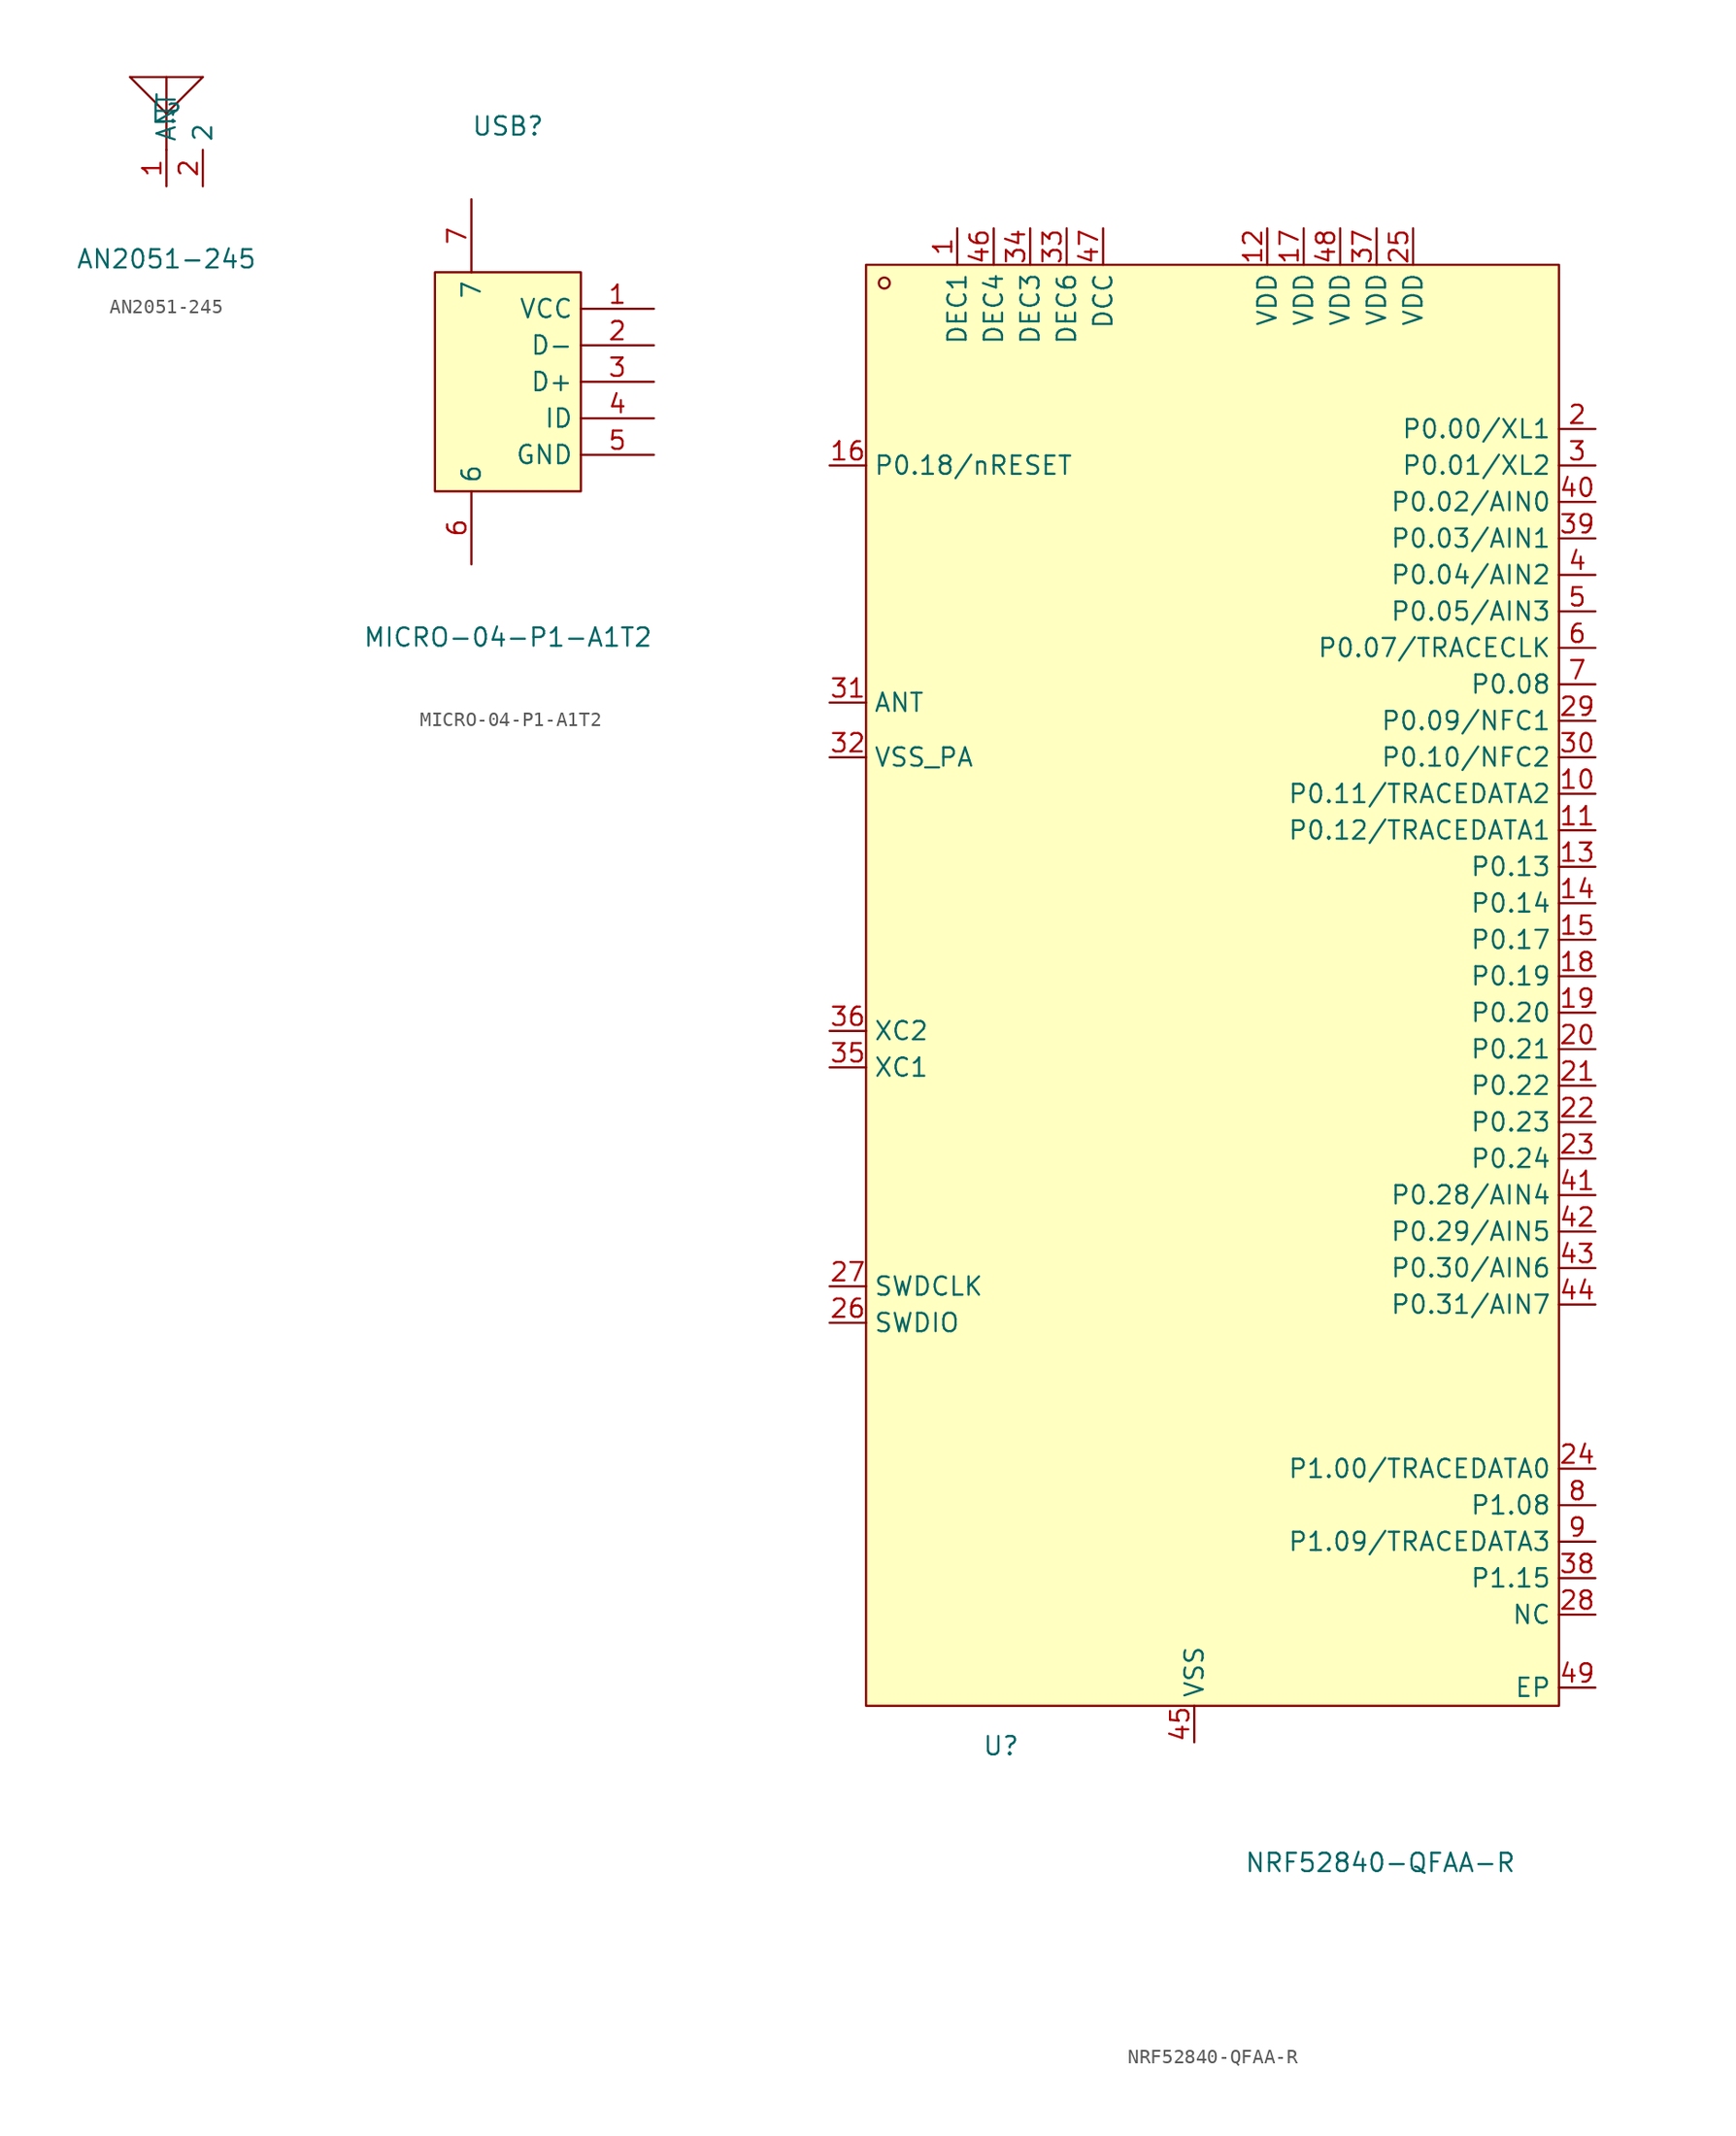
<source format=kicad_sym>
(kicad_symbol_lib
  (version 20231120)
  (generator "kicad_symbol_editor")
  (generator_version "8.0")
  (symbol "AN2051-245"
    (property "Reference" "L"
      (at 0 1.27 0)
      (effects (font (size 1.27 1.27))))
    (property "Value" "AN2051-245"
      (at 0 -8.89 0)
      (effects (font (size 1.27 1.27))))
    (symbol "AN2051-245_0_1"
      (polyline (pts (xy 0 1.27) (xy -2.54 3.81)) (stroke (width 0) (type default)) (fill (type none)))
      (polyline (pts (xy 0 1.27) (xy 0 -1.27)) (stroke (width 0) (type default)) (fill (type none)))
      (polyline (pts (xy 0 3.81) (xy 0 1.27)) (stroke (width 0) (type default)) (fill (type none)))
      (polyline (pts (xy 2.54 3.81) (xy -2.54 3.81)) (stroke (width 0) (type default)) (fill (type none)))
      (polyline (pts (xy 2.54 3.81) (xy 0 1.27)) (stroke (width 0) (type default)) (fill (type none)))
      (pin unspecified line (at 0 -3.81 90) (length 2.54) (name "ANT" (effects (font (size 1.27 1.27)))) (number "1" (effects (font (size 1.27 1.27)))))
      (pin unspecified line (at 2.54 -3.81 90) (length 2.54) (name "2" (effects (font (size 1.27 1.27)))) (number "2" (effects (font (size 1.27 1.27)))))))
  (symbol "MICRO-04-P1-A1T2"
    (property "Reference" "USB"
      (at 0 17.78 0)
      (effects (font (size 1.27 1.27))))
    (property "Value" "MICRO-04-P1-A1T2"
      (at 0 -17.78 0)
      (effects (font (size 1.27 1.27))))
    (symbol "MICRO-04-P1-A1T2_0_1"
      (rectangle (start -5.08 7.62) (end 5.08 -7.62) (stroke (width 0) (type default)) (fill (type background)))
      (pin input line (at 10.16 5.08 180) (length 5.08) (name "VCC" (effects (font (size 1.27 1.27)))) (number "1" (effects (font (size 1.27 1.27)))))
      (pin input line (at 10.16 2.54 180) (length 5.08) (name "D-" (effects (font (size 1.27 1.27)))) (number "2" (effects (font (size 1.27 1.27)))))
      (pin input line (at 10.16 0 180) (length 5.08) (name "D+" (effects (font (size 1.27 1.27)))) (number "3" (effects (font (size 1.27 1.27)))))
      (pin input line (at 10.16 -2.54 180) (length 5.08) (name "ID" (effects (font (size 1.27 1.27)))) (number "4" (effects (font (size 1.27 1.27)))))
      (pin input line (at 10.16 -5.08 180) (length 5.08) (name "GND" (effects (font (size 1.27 1.27)))) (number "5" (effects (font (size 1.27 1.27)))))
      (pin input line (at -2.54 -12.7 90) (length 5.08) (name "6" (effects (font (size 1.27 1.27)))) (number "6" (effects (font (size 1.27 1.27)))))
      (pin input line (at -2.54 12.7 270) (length 5.08) (name "7" (effects (font (size 1.27 1.27)))) (number "7" (effects (font (size 1.27 1.27)))))))
  (symbol "NRF52840-QFAA-R"
    (property "Reference" "U"
      (at -13.462 -58.674 0)
      (effects (font (size 1.27 1.27))))
    (property "Value" "NRF52840-QFAA-R"
      (at 12.954 -66.802 0)
      (effects (font (size 1.27 1.27))))
    (symbol "NRF52840-QFAA-R_0_1"
      (rectangle (start -22.86 44.45) (end 25.4 -55.88) (stroke (width 0) (type default)) (fill (type background)))
      (circle (center -21.59 43.18) (radius 0.38) (stroke (width 0) (type default)) (fill (type none)))
      (pin unspecified line (at -16.51 46.99 270) (length 2.54) (name "DEC1" (effects (font (size 1.27 1.27)))) (number "1" (effects (font (size 1.27 1.27)))))
      (pin unspecified line (at 27.94 7.62 180) (length 2.54) (name "P0.11/TRACEDATA2" (effects (font (size 1.27 1.27)))) (number "10" (effects (font (size 1.27 1.27)))))
      (pin unspecified line (at 27.94 5.08 180) (length 2.54) (name "P0.12/TRACEDATA1" (effects (font (size 1.27 1.27)))) (number "11" (effects (font (size 1.27 1.27)))))
      (pin unspecified line (at 5.08 46.99 270) (length 2.54) (name "VDD" (effects (font (size 1.27 1.27)))) (number "12" (effects (font (size 1.27 1.27)))))
      (pin unspecified line (at 27.94 2.54 180) (length 2.54) (name "P0.13" (effects (font (size 1.27 1.27)))) (number "13" (effects (font (size 1.27 1.27)))))
      (pin unspecified line (at 27.94 0 180) (length 2.54) (name "P0.14" (effects (font (size 1.27 1.27)))) (number "14" (effects (font (size 1.27 1.27)))))
      (pin unspecified line (at 27.94 -2.54 180) (length 2.54) (name "P0.17" (effects (font (size 1.27 1.27)))) (number "15" (effects (font (size 1.27 1.27)))))
      (pin unspecified line (at -25.4 30.48 0) (length 2.54) (name "P0.18/nRESET" (effects (font (size 1.27 1.27)))) (number "16" (effects (font (size 1.27 1.27)))))
      (pin unspecified line (at 7.62 46.99 270) (length 2.54) (name "VDD" (effects (font (size 1.27 1.27)))) (number "17" (effects (font (size 1.27 1.27)))))
      (pin unspecified line (at 27.94 -5.08 180) (length 2.54) (name "P0.19" (effects (font (size 1.27 1.27)))) (number "18" (effects (font (size 1.27 1.27)))))
      (pin unspecified line (at 27.94 -7.62 180) (length 2.54) (name "P0.20" (effects (font (size 1.27 1.27)))) (number "19" (effects (font (size 1.27 1.27)))))
      (pin unspecified line (at 27.94 33.02 180) (length 2.54) (name "P0.00/XL1" (effects (font (size 1.27 1.27)))) (number "2" (effects (font (size 1.27 1.27)))))
      (pin unspecified line (at 27.94 -10.16 180) (length 2.54) (name "P0.21" (effects (font (size 1.27 1.27)))) (number "20" (effects (font (size 1.27 1.27)))))
      (pin unspecified line (at 27.94 -12.7 180) (length 2.54) (name "P0.22" (effects (font (size 1.27 1.27)))) (number "21" (effects (font (size 1.27 1.27)))))
      (pin unspecified line (at 27.94 -15.24 180) (length 2.54) (name "P0.23" (effects (font (size 1.27 1.27)))) (number "22" (effects (font (size 1.27 1.27)))))
      (pin unspecified line (at 27.94 -17.78 180) (length 2.54) (name "P0.24" (effects (font (size 1.27 1.27)))) (number "23" (effects (font (size 1.27 1.27)))))
      (pin unspecified line (at 27.94 -39.37 180) (length 2.54) (name "P1.00/TRACEDATA0" (effects (font (size 1.27 1.27)))) (number "24" (effects (font (size 1.27 1.27)))))
      (pin unspecified line (at 15.24 46.99 270) (length 2.54) (name "VDD" (effects (font (size 1.27 1.27)))) (number "25" (effects (font (size 1.27 1.27)))))
      (pin unspecified line (at -25.4 -29.21 0) (length 2.54) (name "SWDIO" (effects (font (size 1.27 1.27)))) (number "26" (effects (font (size 1.27 1.27)))))
      (pin unspecified line (at -25.4 -26.67 0) (length 2.54) (name "SWDCLK" (effects (font (size 1.27 1.27)))) (number "27" (effects (font (size 1.27 1.27)))))
      (pin unspecified line (at 27.94 -49.53 180) (length 2.54) (name "NC" (effects (font (size 1.27 1.27)))) (number "28" (effects (font (size 1.27 1.27)))))
      (pin unspecified line (at 27.94 12.7 180) (length 2.54) (name "P0.09/NFC1" (effects (font (size 1.27 1.27)))) (number "29" (effects (font (size 1.27 1.27)))))
      (pin unspecified line (at 27.94 30.48 180) (length 2.54) (name "P0.01/XL2" (effects (font (size 1.27 1.27)))) (number "3" (effects (font (size 1.27 1.27)))))
      (pin unspecified line (at 27.94 10.16 180) (length 2.54) (name "P0.10/NFC2" (effects (font (size 1.27 1.27)))) (number "30" (effects (font (size 1.27 1.27)))))
      (pin unspecified line (at -25.4 13.97 0) (length 2.54) (name "ANT" (effects (font (size 1.27 1.27)))) (number "31" (effects (font (size 1.27 1.27)))))
      (pin unspecified line (at -25.4 10.16 0) (length 2.54) (name "VSS_PA" (effects (font (size 1.27 1.27)))) (number "32" (effects (font (size 1.27 1.27)))))
      (pin unspecified line (at -8.89 46.99 270) (length 2.54) (name "DEC6" (effects (font (size 1.27 1.27)))) (number "33" (effects (font (size 1.27 1.27)))))
      (pin unspecified line (at -11.43 46.99 270) (length 2.54) (name "DEC3" (effects (font (size 1.27 1.27)))) (number "34" (effects (font (size 1.27 1.27)))))
      (pin unspecified line (at -25.4 -11.43 0) (length 2.54) (name "XC1" (effects (font (size 1.27 1.27)))) (number "35" (effects (font (size 1.27 1.27)))))
      (pin unspecified line (at -25.4 -8.89 0) (length 2.54) (name "XC2" (effects (font (size 1.27 1.27)))) (number "36" (effects (font (size 1.27 1.27)))))
      (pin unspecified line (at 12.7 46.99 270) (length 2.54) (name "VDD" (effects (font (size 1.27 1.27)))) (number "37" (effects (font (size 1.27 1.27)))))
      (pin unspecified line (at 27.94 -46.99 180) (length 2.54) (name "P1.15" (effects (font (size 1.27 1.27)))) (number "38" (effects (font (size 1.27 1.27)))))
      (pin unspecified line (at 27.94 25.4 180) (length 2.54) (name "P0.03/AIN1" (effects (font (size 1.27 1.27)))) (number "39" (effects (font (size 1.27 1.27)))))
      (pin unspecified line (at 27.94 22.86 180) (length 2.54) (name "P0.04/AIN2" (effects (font (size 1.27 1.27)))) (number "4" (effects (font (size 1.27 1.27)))))
      (pin unspecified line (at 27.94 27.94 180) (length 2.54) (name "P0.02/AIN0" (effects (font (size 1.27 1.27)))) (number "40" (effects (font (size 1.27 1.27)))))
      (pin unspecified line (at 27.94 -20.32 180) (length 2.54) (name "P0.28/AIN4" (effects (font (size 1.27 1.27)))) (number "41" (effects (font (size 1.27 1.27)))))
      (pin unspecified line (at 27.94 -22.86 180) (length 2.54) (name "P0.29/AIN5" (effects (font (size 1.27 1.27)))) (number "42" (effects (font (size 1.27 1.27)))))
      (pin unspecified line (at 27.94 -25.4 180) (length 2.54) (name "P0.30/AIN6" (effects (font (size 1.27 1.27)))) (number "43" (effects (font (size 1.27 1.27)))))
      (pin unspecified line (at 27.94 -27.94 180) (length 2.54) (name "P0.31/AIN7" (effects (font (size 1.27 1.27)))) (number "44" (effects (font (size 1.27 1.27)))))
      (pin unspecified line (at 0 -58.42 90) (length 2.54) (name "VSS" (effects (font (size 1.27 1.27)))) (number "45" (effects (font (size 1.27 1.27)))))
      (pin unspecified line (at -13.97 46.99 270) (length 2.54) (name "DEC4" (effects (font (size 1.27 1.27)))) (number "46" (effects (font (size 1.27 1.27)))))
      (pin unspecified line (at -6.35 46.99 270) (length 2.54) (name "DCC" (effects (font (size 1.27 1.27)))) (number "47" (effects (font (size 1.27 1.27)))))
      (pin unspecified line (at 10.16 46.99 270) (length 2.54) (name "VDD" (effects (font (size 1.27 1.27)))) (number "48" (effects (font (size 1.27 1.27)))))
      (pin unspecified line (at 27.94 -54.61 180) (length 2.54) (name "EP" (effects (font (size 1.27 1.27)))) (number "49" (effects (font (size 1.27 1.27)))))
      (pin unspecified line (at 27.94 20.32 180) (length 2.54) (name "P0.05/AIN3" (effects (font (size 1.27 1.27)))) (number "5" (effects (font (size 1.27 1.27)))))
      (pin unspecified line (at 27.94 17.78 180) (length 2.54) (name "P0.07/TRACECLK" (effects (font (size 1.27 1.27)))) (number "6" (effects (font (size 1.27 1.27)))))
      (pin unspecified line (at 27.94 15.24 180) (length 2.54) (name "P0.08" (effects (font (size 1.27 1.27)))) (number "7" (effects (font (size 1.27 1.27)))))
      (pin unspecified line (at 27.94 -41.91 180) (length 2.54) (name "P1.08" (effects (font (size 1.27 1.27)))) (number "8" (effects (font (size 1.27 1.27)))))
      (pin unspecified line (at 27.94 -44.45 180) (length 2.54) (name "P1.09/TRACEDATA3" (effects (font (size 1.27 1.27)))) (number "9" (effects (font (size 1.27 1.27))))))))
</source>
